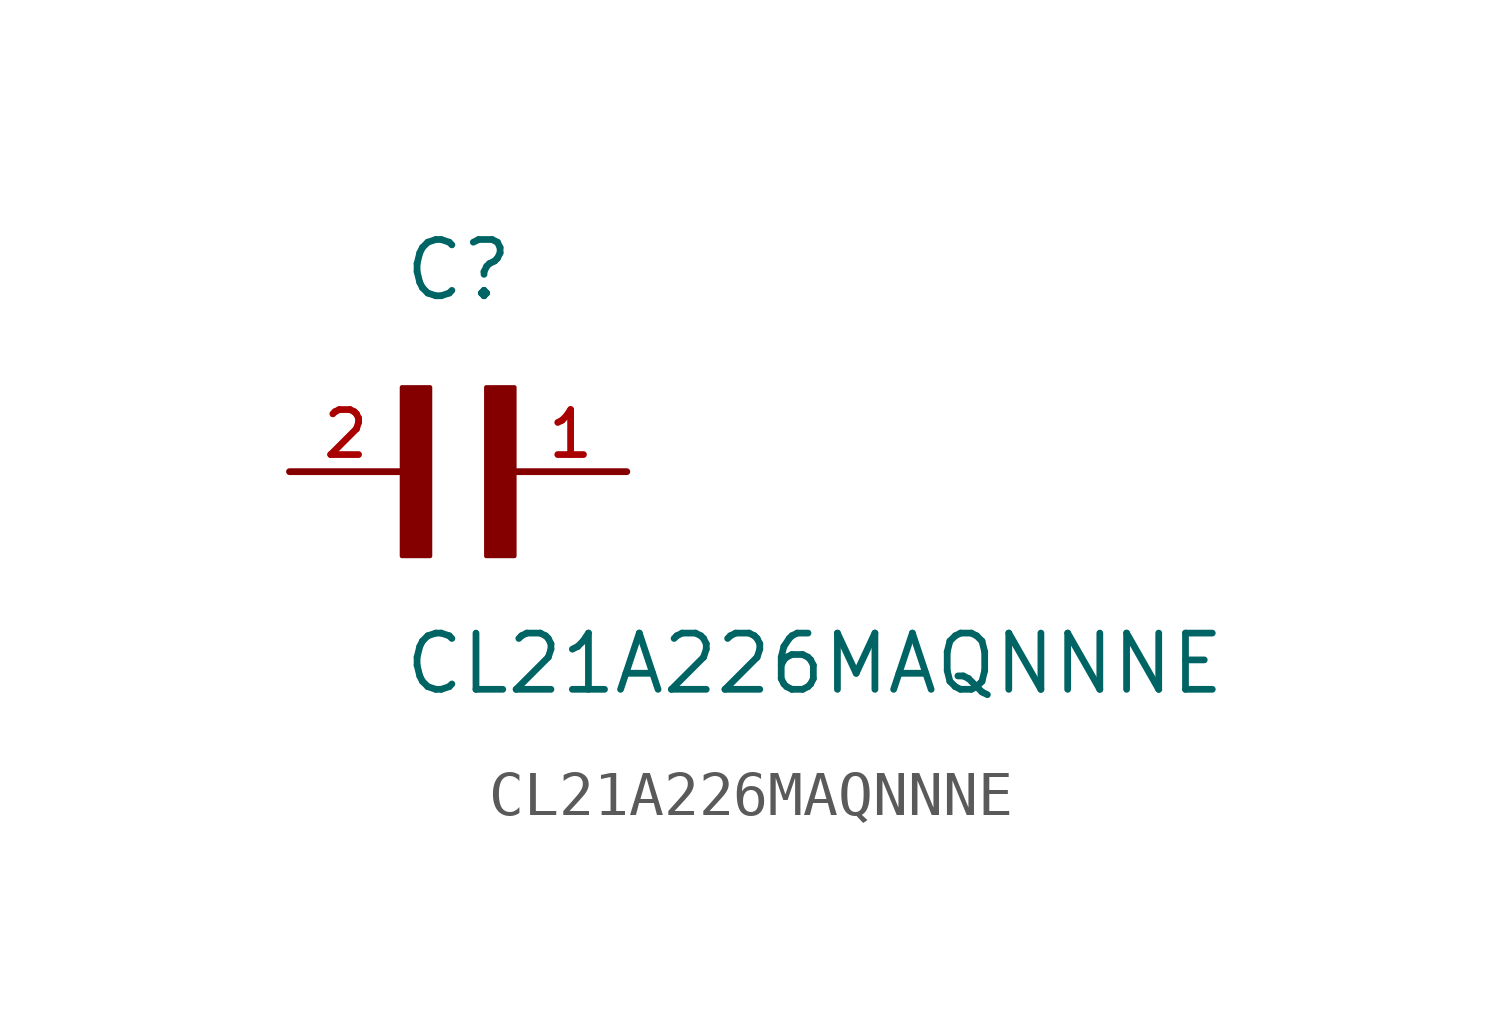
<source format=kicad_sym>
(kicad_symbol_lib
  (version 20211014)
  (generator kicad_symbol_editor)
  (symbol "CL21A226MAQNNNE"
    (pin_names
      (offset 1.016))
    (property "Reference" "C"
      (at 0.0 3.81 0)
      (effects (font (size 1.27 1.27)) (justify bottom left)))
    (property "Value" "CL21A226MAQNNNE"
      (at 0.0 -5.08 0)
      (effects (font (size 1.27 1.27)) (justify bottom left)))
    (symbol "CL21A226MAQNNNE_0_0"
      (rectangle (start 0.0 -1.905) (end 0.635 1.905) (stroke (width 0.1)) (fill (type outline)))
      (rectangle (start 1.905 -1.905) (end 2.54 1.905) (stroke (width 0.1)) (fill (type outline)))
      (pin passive line (at 5.08 0.0 180.0) (length 2.54) (name "~" (effects (font (size 1.016 1.016)))) (number "1" (effects (font (size 1.016 1.016)))))
      (pin passive line (at -2.54 0.0 0) (length 2.54) (name "~" (effects (font (size 1.016 1.016)))) (number "2" (effects (font (size 1.016 1.016))))))))
</source>
